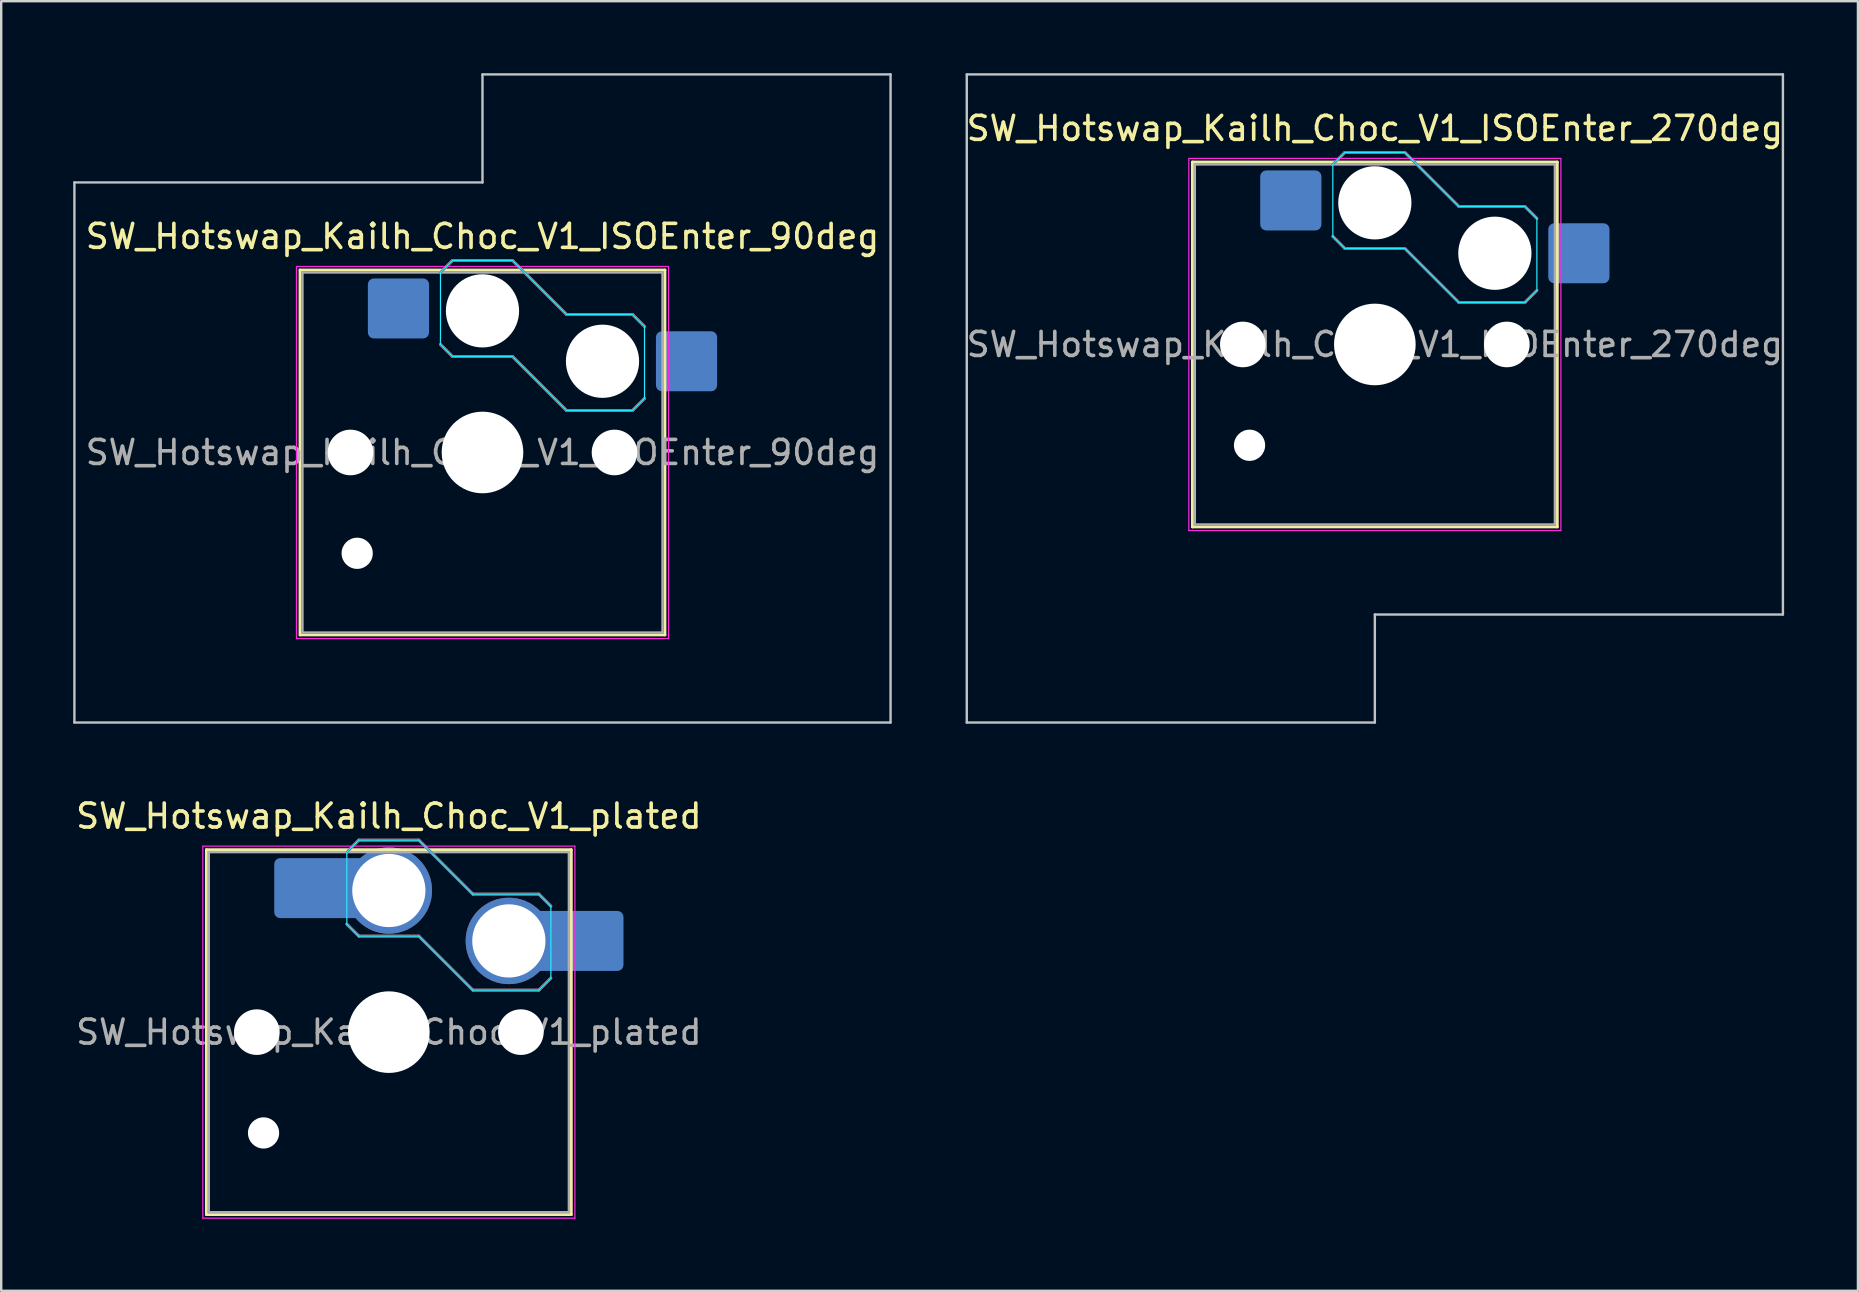
<source format=kicad_pcb>
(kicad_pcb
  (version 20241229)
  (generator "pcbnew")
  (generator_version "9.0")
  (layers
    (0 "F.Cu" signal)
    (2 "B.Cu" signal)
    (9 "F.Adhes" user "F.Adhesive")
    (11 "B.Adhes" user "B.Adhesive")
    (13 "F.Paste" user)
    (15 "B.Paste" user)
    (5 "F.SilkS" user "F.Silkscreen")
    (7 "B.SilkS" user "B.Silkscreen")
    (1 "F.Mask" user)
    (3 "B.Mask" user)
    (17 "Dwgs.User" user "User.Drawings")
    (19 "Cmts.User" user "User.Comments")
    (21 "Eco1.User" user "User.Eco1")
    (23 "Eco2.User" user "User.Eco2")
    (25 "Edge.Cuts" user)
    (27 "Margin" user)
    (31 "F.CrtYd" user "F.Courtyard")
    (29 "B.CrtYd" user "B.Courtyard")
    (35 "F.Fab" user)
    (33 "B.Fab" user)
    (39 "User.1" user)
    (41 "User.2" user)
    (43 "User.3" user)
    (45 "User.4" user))
  (footprint "SW_Hotswap_Kailh_Choc_V1_ISOEnter_270deg"
    (layer "F.Cu")
    (at 54.225 11.3)
    (property "Reference" "SW_Hotswap_Kailh_Choc_V1_ISOEnter_270deg" (at 0 -9 0) (layer "F.SilkS") (effects (font (size 1 1) (thickness 0.15))))
    (attr smd)
    (fp_line (start -7.6 -7.6) (end -7.6 7.6) (stroke (width 0.12) (type solid)) (layer "F.SilkS"))
    (fp_line (start -7.6 7.6) (end 7.6 7.6) (stroke (width 0.12) (type solid)) (layer "F.SilkS"))
    (fp_line (start 7.6 -7.6) (end -7.6 -7.6) (stroke (width 0.12) (type solid)) (layer "F.SilkS"))
    (fp_line (start 7.6 7.6) (end 7.6 -7.6) (stroke (width 0.12) (type solid)) (layer "F.SilkS"))
    (fp_line (start -1.75 -7.5) (end -1.25 -8) (stroke (width 0.12) (type solid)) (layer "B.SilkS"))
    (fp_line (start -1.25 -8) (end 1.25 -8) (stroke (width 0.12) (type solid)) (layer "B.SilkS"))
    (fp_line (start -1.25 -4) (end -1.75 -4.5) (stroke (width 0.12) (type solid)) (layer "B.SilkS"))
    (fp_line (start 1.25 -8) (end 3.5 -5.75) (stroke (width 0.12) (type solid)) (layer "B.SilkS"))
    (fp_line (start 1.25 -4) (end -1.25 -4) (stroke (width 0.12) (type solid)) (layer "B.SilkS"))
    (fp_line (start 3.5 -5.75) (end 6.25 -5.75) (stroke (width 0.12) (type solid)) (layer "B.SilkS"))
    (fp_line (start 3.5 -1.75) (end 1.25 -4) (stroke (width 0.12) (type solid)) (layer "B.SilkS"))
    (fp_line (start 6.25 -5.75) (end 6.75 -5.25) (stroke (width 0.12) (type solid)) (layer "B.SilkS"))
    (fp_line (start 6.25 -1.75) (end 3.5 -1.75) (stroke (width 0.12) (type solid)) (layer "B.SilkS"))
    (fp_line (start 6.75 -2.25) (end 6.25 -1.75) (stroke (width 0.12) (type solid)) (layer "B.SilkS"))
    (fp_line (start -17 -11.25) (end -17 15.75) (stroke (width 0.1) (type solid)) (layer "Dwgs.User"))
    (fp_line (start -17 15.75) (end 0 15.75) (stroke (width 0.1) (type solid)) (layer "Dwgs.User"))
    (fp_line (start 0 11.25) (end 17 11.25) (stroke (width 0.1) (type solid)) (layer "Dwgs.User"))
    (fp_line (start 0 15.75) (end 0 11.25) (stroke (width 0.1) (type solid)) (layer "Dwgs.User"))
    (fp_line (start 17 -11.25) (end -17 -11.25) (stroke (width 0.1) (type solid)) (layer "Dwgs.User"))
    (fp_line (start 17 11.25) (end 17 -11.25) (stroke (width 0.1) (type solid)) (layer "Dwgs.User"))
    (fp_line (start -7.25 -7.25) (end -7.25 7.25) (stroke (width 0.1) (type solid)) (layer "Eco1.User"))
    (fp_line (start -7.25 7.25) (end 7.25 7.25) (stroke (width 0.1) (type solid)) (layer "Eco1.User"))
    (fp_line (start 7.25 -7.25) (end -7.25 -7.25) (stroke (width 0.1) (type solid)) (layer "Eco1.User"))
    (fp_line (start 7.25 7.25) (end 7.25 -7.25) (stroke (width 0.1) (type solid)) (layer "Eco1.User"))
    (fp_line (start -1.75 -7.5) (end -1.25 -8) (stroke (width 0.05) (type solid)) (layer "B.CrtYd"))
    (fp_line (start -1.75 -4.5) (end -1.75 -7.5) (stroke (width 0.05) (type solid)) (layer "B.CrtYd"))
    (fp_line (start -1.25 -8) (end 1.25 -8) (stroke (width 0.05) (type solid)) (layer "B.CrtYd"))
    (fp_line (start -1.25 -4) (end -1.75 -4.5) (stroke (width 0.05) (type solid)) (layer "B.CrtYd"))
    (fp_line (start 1.25 -8) (end 3.5 -5.75) (stroke (width 0.05) (type solid)) (layer "B.CrtYd"))
    (fp_line (start 1.25 -4) (end -1.25 -4) (stroke (width 0.05) (type solid)) (layer "B.CrtYd"))
    (fp_line (start 3.5 -5.75) (end 6.25 -5.75) (stroke (width 0.05) (type solid)) (layer "B.CrtYd"))
    (fp_line (start 3.5 -1.75) (end 1.25 -4) (stroke (width 0.05) (type solid)) (layer "B.CrtYd"))
    (fp_line (start 6.25 -5.75) (end 6.75 -5.25) (stroke (width 0.05) (type solid)) (layer "B.CrtYd"))
    (fp_line (start 6.25 -1.75) (end 3.5 -1.75) (stroke (width 0.05) (type solid)) (layer "B.CrtYd"))
    (fp_line (start 6.75 -5.25) (end 6.75 -2.25) (stroke (width 0.05) (type solid)) (layer "B.CrtYd"))
    (fp_line (start 6.75 -2.25) (end 6.25 -1.75) (stroke (width 0.05) (type solid)) (layer "B.CrtYd"))
    (fp_line (start -7.75 -7.75) (end -7.75 7.75) (stroke (width 0.05) (type solid)) (layer "F.CrtYd"))
    (fp_line (start -7.75 7.75) (end 7.75 7.75) (stroke (width 0.05) (type solid)) (layer "F.CrtYd"))
    (fp_line (start 7.75 -7.75) (end -7.75 -7.75) (stroke (width 0.05) (type solid)) (layer "F.CrtYd"))
    (fp_line (start 7.75 7.75) (end 7.75 -7.75) (stroke (width 0.05) (type solid)) (layer "F.CrtYd"))
    (fp_line (start -1.75 -7.5) (end -1.25 -8) (stroke (width 0.1) (type solid)) (layer "B.Fab"))
    (fp_line (start -1.25 -8) (end 1.25 -8) (stroke (width 0.1) (type solid)) (layer "B.Fab"))
    (fp_line (start -1.25 -4) (end -1.75 -4.5) (stroke (width 0.1) (type solid)) (layer "B.Fab"))
    (fp_line (start 1.25 -8) (end 3.5 -5.75) (stroke (width 0.1) (type solid)) (layer "B.Fab"))
    (fp_line (start 1.25 -4) (end -1.25 -4) (stroke (width 0.1) (type solid)) (layer "B.Fab"))
    (fp_line (start 3.5 -5.75) (end 6.25 -5.75) (stroke (width 0.1) (type solid)) (layer "B.Fab"))
    (fp_line (start 3.5 -1.75) (end 1.25 -4) (stroke (width 0.1) (type solid)) (layer "B.Fab"))
    (fp_line (start 6.25 -5.75) (end 6.75 -5.25) (stroke (width 0.1) (type solid)) (layer "B.Fab"))
    (fp_line (start 6.25 -1.75) (end 3.5 -1.75) (stroke (width 0.1) (type solid)) (layer "B.Fab"))
    (fp_line (start 6.75 -2.25) (end 6.25 -1.75) (stroke (width 0.1) (type solid)) (layer "B.Fab"))
    (fp_line (start -7.5 -7.5) (end -7.5 7.5) (stroke (width 0.1) (type solid)) (layer "F.Fab"))
    (fp_line (start -7.5 7.5) (end 7.5 7.5) (stroke (width 0.1) (type solid)) (layer "F.Fab"))
    (fp_line (start 7.5 -7.5) (end -7.5 -7.5) (stroke (width 0.1) (type solid)) (layer "F.Fab"))
    (fp_line (start 7.5 7.5) (end 7.5 -7.5) (stroke (width 0.1) (type solid)) (layer "F.Fab"))
    (fp_text user "${REFERENCE}" (at 0 0 0) (layer "F.Fab") (effects (font (size 1 1) (thickness 0.15))))
    (pad "" np_thru_hole circle (at -5.5 0) (size 1.9 1.9) (drill 1.9) (layers "*.Cu" "*.Mask"))
    (pad "" np_thru_hole circle (at -5.22 4.2) (size 1.3 1.3) (drill 1.3) (layers "*.Cu" "*.Mask"))
    (pad "" np_thru_hole circle (at 0 -5.9) (size 3.05 3.05) (drill 3.05) (layers "*.Cu" "*.Mask"))
    (pad "" np_thru_hole circle (at 0 0) (size 3.4 3.4) (drill 3.4) (layers "*.Cu" "*.Mask"))
    (pad "" np_thru_hole circle (at 5 -3.8) (size 3.05 3.05) (drill 3.05) (layers "*.Cu" "*.Mask"))
    (pad "" np_thru_hole circle (at 5.5 0) (size 1.9 1.9) (drill 1.9) (layers "*.Cu" "*.Mask"))
    (pad "1" smd roundrect (at -3.5 -6) (size 2.55 2.5) (layers "B.Cu" "B.Mask" "B.Paste") (roundrect_rratio 0.1))
    (pad "2" smd roundrect (at 8.5 -3.8) (size 2.55 2.5) (layers "B.Cu" "B.Mask" "B.Paste") (roundrect_rratio 0.1)))
  (footprint "SW_Hotswap_Kailh_Choc_V1_plated"
    (layer "F.Cu")
    (at 13.149 39.948)
    (property "Reference" "SW_Hotswap_Kailh_Choc_V1_plated" (at 0 -9 0) (layer "F.SilkS") (effects (font (size 1 1) (thickness 0.15))))
    (attr smd)
    (fp_line (start -7.6 -7.6) (end -7.6 7.6) (stroke (width 0.12) (type solid)) (layer "F.SilkS"))
    (fp_line (start -7.6 7.6) (end 7.6 7.6) (stroke (width 0.12) (type solid)) (layer "F.SilkS"))
    (fp_line (start 7.6 -7.6) (end -7.6 -7.6) (stroke (width 0.12) (type solid)) (layer "F.SilkS"))
    (fp_line (start 7.6 7.6) (end 7.6 -7.6) (stroke (width 0.12) (type solid)) (layer "F.SilkS"))
    (fp_line (start -1.75 -7.5) (end -1.25 -8) (stroke (width 0.12) (type solid)) (layer "B.SilkS"))
    (fp_line (start -1.25 -8) (end 1.25 -8) (stroke (width 0.12) (type solid)) (layer "B.SilkS"))
    (fp_line (start -1.25 -4) (end -1.75 -4.5) (stroke (width 0.12) (type solid)) (layer "B.SilkS"))
    (fp_line (start 1.25 -8) (end 3.5 -5.75) (stroke (width 0.12) (type solid)) (layer "B.SilkS"))
    (fp_line (start 1.25 -4) (end -1.25 -4) (stroke (width 0.12) (type solid)) (layer "B.SilkS"))
    (fp_line (start 3.5 -5.75) (end 6.25 -5.75) (stroke (width 0.12) (type solid)) (layer "B.SilkS"))
    (fp_line (start 3.5 -1.75) (end 1.25 -4) (stroke (width 0.12) (type solid)) (layer "B.SilkS"))
    (fp_line (start 6.25 -5.75) (end 6.75 -5.25) (stroke (width 0.12) (type solid)) (layer "B.SilkS"))
    (fp_line (start 6.25 -1.75) (end 3.5 -1.75) (stroke (width 0.12) (type solid)) (layer "B.SilkS"))
    (fp_line (start 6.75 -2.25) (end 6.25 -1.75) (stroke (width 0.12) (type solid)) (layer "B.SilkS"))
    (fp_line (start -7.25 -7.25) (end -7.25 7.25) (stroke (width 0.1) (type solid)) (layer "Eco1.User"))
    (fp_line (start -7.25 7.25) (end 7.25 7.25) (stroke (width 0.1) (type solid)) (layer "Eco1.User"))
    (fp_line (start 7.25 -7.25) (end -7.25 -7.25) (stroke (width 0.1) (type solid)) (layer "Eco1.User"))
    (fp_line (start 7.25 7.25) (end 7.25 -7.25) (stroke (width 0.1) (type solid)) (layer "Eco1.User"))
    (fp_line (start -1.75 -7.5) (end -1.25 -8) (stroke (width 0.05) (type solid)) (layer "B.CrtYd"))
    (fp_line (start -1.75 -4.5) (end -1.75 -7.5) (stroke (width 0.05) (type solid)) (layer "B.CrtYd"))
    (fp_line (start -1.25 -8) (end 1.25 -8) (stroke (width 0.05) (type solid)) (layer "B.CrtYd"))
    (fp_line (start -1.25 -4) (end -1.75 -4.5) (stroke (width 0.05) (type solid)) (layer "B.CrtYd"))
    (fp_line (start 1.25 -8) (end 3.5 -5.75) (stroke (width 0.05) (type solid)) (layer "B.CrtYd"))
    (fp_line (start 1.25 -4) (end -1.25 -4) (stroke (width 0.05) (type solid)) (layer "B.CrtYd"))
    (fp_line (start 3.5 -5.75) (end 6.25 -5.75) (stroke (width 0.05) (type solid)) (layer "B.CrtYd"))
    (fp_line (start 3.5 -1.75) (end 1.25 -4) (stroke (width 0.05) (type solid)) (layer "B.CrtYd"))
    (fp_line (start 6.25 -5.75) (end 6.75 -5.25) (stroke (width 0.05) (type solid)) (layer "B.CrtYd"))
    (fp_line (start 6.25 -1.75) (end 3.5 -1.75) (stroke (width 0.05) (type solid)) (layer "B.CrtYd"))
    (fp_line (start 6.75 -5.25) (end 6.75 -2.25) (stroke (width 0.05) (type solid)) (layer "B.CrtYd"))
    (fp_line (start 6.75 -2.25) (end 6.25 -1.75) (stroke (width 0.05) (type solid)) (layer "B.CrtYd"))
    (fp_line (start -7.75 -7.75) (end -7.75 7.75) (stroke (width 0.05) (type solid)) (layer "F.CrtYd"))
    (fp_line (start -7.75 7.75) (end 7.75 7.75) (stroke (width 0.05) (type solid)) (layer "F.CrtYd"))
    (fp_line (start 7.75 -7.75) (end -7.75 -7.75) (stroke (width 0.05) (type solid)) (layer "F.CrtYd"))
    (fp_line (start 7.75 7.75) (end 7.75 -7.75) (stroke (width 0.05) (type solid)) (layer "F.CrtYd"))
    (fp_line (start -1.75 -7.5) (end -1.25 -8) (stroke (width 0.1) (type solid)) (layer "B.Fab"))
    (fp_line (start -1.25 -8) (end 1.25 -8) (stroke (width 0.1) (type solid)) (layer "B.Fab"))
    (fp_line (start -1.25 -4) (end -1.75 -4.5) (stroke (width 0.1) (type solid)) (layer "B.Fab"))
    (fp_line (start 1.25 -8) (end 3.5 -5.75) (stroke (width 0.1) (type solid)) (layer "B.Fab"))
    (fp_line (start 1.25 -4) (end -1.25 -4) (stroke (width 0.1) (type solid)) (layer "B.Fab"))
    (fp_line (start 3.5 -5.75) (end 6.25 -5.75) (stroke (width 0.1) (type solid)) (layer "B.Fab"))
    (fp_line (start 3.5 -1.75) (end 1.25 -4) (stroke (width 0.1) (type solid)) (layer "B.Fab"))
    (fp_line (start 6.25 -5.75) (end 6.75 -5.25) (stroke (width 0.1) (type solid)) (layer "B.Fab"))
    (fp_line (start 6.25 -1.75) (end 3.5 -1.75) (stroke (width 0.1) (type solid)) (layer "B.Fab"))
    (fp_line (start 6.75 -2.25) (end 6.25 -1.75) (stroke (width 0.1) (type solid)) (layer "B.Fab"))
    (fp_line (start -7.5 -7.5) (end -7.5 7.5) (stroke (width 0.1) (type solid)) (layer "F.Fab"))
    (fp_line (start -7.5 7.5) (end 7.5 7.5) (stroke (width 0.1) (type solid)) (layer "F.Fab"))
    (fp_line (start 7.5 -7.5) (end -7.5 -7.5) (stroke (width 0.1) (type solid)) (layer "F.Fab"))
    (fp_line (start 7.5 7.5) (end 7.5 -7.5) (stroke (width 0.1) (type solid)) (layer "F.Fab"))
    (fp_text user "${REFERENCE}" (at 0 0 0) (layer "F.Fab") (effects (font (size 1 1) (thickness 0.15))))
    (pad "" np_thru_hole circle (at -5.5 0) (size 1.9 1.9) (drill 1.9) (layers "*.Cu" "*.Mask"))
    (pad "" np_thru_hole circle (at -5.22 4.2) (size 1.3 1.3) (drill 1.3) (layers "*.Cu" "*.Mask"))
    (pad "" smd roundrect (at -3.5 -6) (size 2.55 2.5) (layers "B.Mask" "B.Paste") (roundrect_rratio 0.1))
    (pad "" np_thru_hole circle (at 0 0) (size 3.4 3.4) (drill 3.4) (layers "*.Cu" "*.Mask"))
    (pad "" np_thru_hole circle (at 5.5 0) (size 1.9 1.9) (drill 1.9) (layers "*.Cu" "*.Mask"))
    (pad "" smd roundrect (at 8.5 -3.8) (size 2.55 2.5) (layers "B.Mask" "B.Paste") (roundrect_rratio 0.1))
    (pad "1" smd roundrect (at -2.85 -6) (size 3.85 2.5) (layers "B.Cu") (roundrect_rratio 0.1))
    (pad "1" thru_hole circle (at 0 -5.9) (size 3.6 3.6) (drill 3.05) (layers "*.Cu" "B.Mask"))
    (pad "2" thru_hole circle (at 5 -3.8) (size 3.6 3.6) (drill 3.05) (layers "*.Cu" "B.Mask"))
    (pad "2" smd roundrect (at 7.85 -3.8) (size 3.85 2.5) (layers "B.Cu") (roundrect_rratio 0.1)))
  (footprint "SW_Hotswap_Kailh_Choc_V1_ISOEnter_90deg"
    (layer "F.Cu")
    (at 17.05 15.8)
    (property "Reference" "SW_Hotswap_Kailh_Choc_V1_ISOEnter_90deg" (at 0 -9 0) (layer "F.SilkS") (effects (font (size 1 1) (thickness 0.15))))
    (attr smd)
    (fp_line (start -7.6 -7.6) (end -7.6 7.6) (stroke (width 0.12) (type solid)) (layer "F.SilkS"))
    (fp_line (start -7.6 7.6) (end 7.6 7.6) (stroke (width 0.12) (type solid)) (layer "F.SilkS"))
    (fp_line (start 7.6 -7.6) (end -7.6 -7.6) (stroke (width 0.12) (type solid)) (layer "F.SilkS"))
    (fp_line (start 7.6 7.6) (end 7.6 -7.6) (stroke (width 0.12) (type solid)) (layer "F.SilkS"))
    (fp_line (start -1.75 -7.5) (end -1.25 -8) (stroke (width 0.12) (type solid)) (layer "B.SilkS"))
    (fp_line (start -1.25 -8) (end 1.25 -8) (stroke (width 0.12) (type solid)) (layer "B.SilkS"))
    (fp_line (start -1.25 -4) (end -1.75 -4.5) (stroke (width 0.12) (type solid)) (layer "B.SilkS"))
    (fp_line (start 1.25 -8) (end 3.5 -5.75) (stroke (width 0.12) (type solid)) (layer "B.SilkS"))
    (fp_line (start 1.25 -4) (end -1.25 -4) (stroke (width 0.12) (type solid)) (layer "B.SilkS"))
    (fp_line (start 3.5 -5.75) (end 6.25 -5.75) (stroke (width 0.12) (type solid)) (layer "B.SilkS"))
    (fp_line (start 3.5 -1.75) (end 1.25 -4) (stroke (width 0.12) (type solid)) (layer "B.SilkS"))
    (fp_line (start 6.25 -5.75) (end 6.75 -5.25) (stroke (width 0.12) (type solid)) (layer "B.SilkS"))
    (fp_line (start 6.25 -1.75) (end 3.5 -1.75) (stroke (width 0.12) (type solid)) (layer "B.SilkS"))
    (fp_line (start 6.75 -2.25) (end 6.25 -1.75) (stroke (width 0.12) (type solid)) (layer "B.SilkS"))
    (fp_line (start -17 -11.25) (end -17 11.25) (stroke (width 0.1) (type solid)) (layer "Dwgs.User"))
    (fp_line (start -17 11.25) (end 17 11.25) (stroke (width 0.1) (type solid)) (layer "Dwgs.User"))
    (fp_line (start 0 -15.75) (end 0 -11.25) (stroke (width 0.1) (type solid)) (layer "Dwgs.User"))
    (fp_line (start 0 -11.25) (end -17 -11.25) (stroke (width 0.1) (type solid)) (layer "Dwgs.User"))
    (fp_line (start 17 -15.75) (end 0 -15.75) (stroke (width 0.1) (type solid)) (layer "Dwgs.User"))
    (fp_line (start 17 11.25) (end 17 -15.75) (stroke (width 0.1) (type solid)) (layer "Dwgs.User"))
    (fp_line (start -7.25 -7.25) (end -7.25 7.25) (stroke (width 0.1) (type solid)) (layer "Eco1.User"))
    (fp_line (start -7.25 7.25) (end 7.25 7.25) (stroke (width 0.1) (type solid)) (layer "Eco1.User"))
    (fp_line (start 7.25 -7.25) (end -7.25 -7.25) (stroke (width 0.1) (type solid)) (layer "Eco1.User"))
    (fp_line (start 7.25 7.25) (end 7.25 -7.25) (stroke (width 0.1) (type solid)) (layer "Eco1.User"))
    (fp_line (start -1.75 -7.5) (end -1.25 -8) (stroke (width 0.05) (type solid)) (layer "B.CrtYd"))
    (fp_line (start -1.75 -4.5) (end -1.75 -7.5) (stroke (width 0.05) (type solid)) (layer "B.CrtYd"))
    (fp_line (start -1.25 -8) (end 1.25 -8) (stroke (width 0.05) (type solid)) (layer "B.CrtYd"))
    (fp_line (start -1.25 -4) (end -1.75 -4.5) (stroke (width 0.05) (type solid)) (layer "B.CrtYd"))
    (fp_line (start 1.25 -8) (end 3.5 -5.75) (stroke (width 0.05) (type solid)) (layer "B.CrtYd"))
    (fp_line (start 1.25 -4) (end -1.25 -4) (stroke (width 0.05) (type solid)) (layer "B.CrtYd"))
    (fp_line (start 3.5 -5.75) (end 6.25 -5.75) (stroke (width 0.05) (type solid)) (layer "B.CrtYd"))
    (fp_line (start 3.5 -1.75) (end 1.25 -4) (stroke (width 0.05) (type solid)) (layer "B.CrtYd"))
    (fp_line (start 6.25 -5.75) (end 6.75 -5.25) (stroke (width 0.05) (type solid)) (layer "B.CrtYd"))
    (fp_line (start 6.25 -1.75) (end 3.5 -1.75) (stroke (width 0.05) (type solid)) (layer "B.CrtYd"))
    (fp_line (start 6.75 -5.25) (end 6.75 -2.25) (stroke (width 0.05) (type solid)) (layer "B.CrtYd"))
    (fp_line (start 6.75 -2.25) (end 6.25 -1.75) (stroke (width 0.05) (type solid)) (layer "B.CrtYd"))
    (fp_line (start -7.75 -7.75) (end -7.75 7.75) (stroke (width 0.05) (type solid)) (layer "F.CrtYd"))
    (fp_line (start -7.75 7.75) (end 7.75 7.75) (stroke (width 0.05) (type solid)) (layer "F.CrtYd"))
    (fp_line (start 7.75 -7.75) (end -7.75 -7.75) (stroke (width 0.05) (type solid)) (layer "F.CrtYd"))
    (fp_line (start 7.75 7.75) (end 7.75 -7.75) (stroke (width 0.05) (type solid)) (layer "F.CrtYd"))
    (fp_line (start -1.75 -7.5) (end -1.25 -8) (stroke (width 0.1) (type solid)) (layer "B.Fab"))
    (fp_line (start -1.25 -8) (end 1.25 -8) (stroke (width 0.1) (type solid)) (layer "B.Fab"))
    (fp_line (start -1.25 -4) (end -1.75 -4.5) (stroke (width 0.1) (type solid)) (layer "B.Fab"))
    (fp_line (start 1.25 -8) (end 3.5 -5.75) (stroke (width 0.1) (type solid)) (layer "B.Fab"))
    (fp_line (start 1.25 -4) (end -1.25 -4) (stroke (width 0.1) (type solid)) (layer "B.Fab"))
    (fp_line (start 3.5 -5.75) (end 6.25 -5.75) (stroke (width 0.1) (type solid)) (layer "B.Fab"))
    (fp_line (start 3.5 -1.75) (end 1.25 -4) (stroke (width 0.1) (type solid)) (layer "B.Fab"))
    (fp_line (start 6.25 -5.75) (end 6.75 -5.25) (stroke (width 0.1) (type solid)) (layer "B.Fab"))
    (fp_line (start 6.25 -1.75) (end 3.5 -1.75) (stroke (width 0.1) (type solid)) (layer "B.Fab"))
    (fp_line (start 6.75 -2.25) (end 6.25 -1.75) (stroke (width 0.1) (type solid)) (layer "B.Fab"))
    (fp_line (start -7.5 -7.5) (end -7.5 7.5) (stroke (width 0.1) (type solid)) (layer "F.Fab"))
    (fp_line (start -7.5 7.5) (end 7.5 7.5) (stroke (width 0.1) (type solid)) (layer "F.Fab"))
    (fp_line (start 7.5 -7.5) (end -7.5 -7.5) (stroke (width 0.1) (type solid)) (layer "F.Fab"))
    (fp_line (start 7.5 7.5) (end 7.5 -7.5) (stroke (width 0.1) (type solid)) (layer "F.Fab"))
    (fp_text user "${REFERENCE}" (at 0 0 0) (layer "F.Fab") (effects (font (size 1 1) (thickness 0.15))))
    (pad "" np_thru_hole circle (at -5.5 0) (size 1.9 1.9) (drill 1.9) (layers "*.Cu" "*.Mask"))
    (pad "" np_thru_hole circle (at -5.22 4.2) (size 1.3 1.3) (drill 1.3) (layers "*.Cu" "*.Mask"))
    (pad "" np_thru_hole circle (at 0 -5.9) (size 3.05 3.05) (drill 3.05) (layers "*.Cu" "*.Mask"))
    (pad "" np_thru_hole circle (at 0 0) (size 3.4 3.4) (drill 3.4) (layers "*.Cu" "*.Mask"))
    (pad "" np_thru_hole circle (at 5 -3.8) (size 3.05 3.05) (drill 3.05) (layers "*.Cu" "*.Mask"))
    (pad "" np_thru_hole circle (at 5.5 0) (size 1.9 1.9) (drill 1.9) (layers "*.Cu" "*.Mask"))
    (pad "1" smd roundrect (at -3.5 -6) (size 2.55 2.5) (layers "B.Cu" "B.Mask" "B.Paste") (roundrect_rratio 0.1))
    (pad "2" smd roundrect (at 8.5 -3.8) (size 2.55 2.5) (layers "B.Cu" "B.Mask" "B.Paste") (roundrect_rratio 0.1)))
  (gr_rect
    (start -3 -3)
    (end 74.35 50.723)
    (stroke (width 0.1) (type default))
    (fill no)
    (layer "Edge.Cuts")))
</source>
